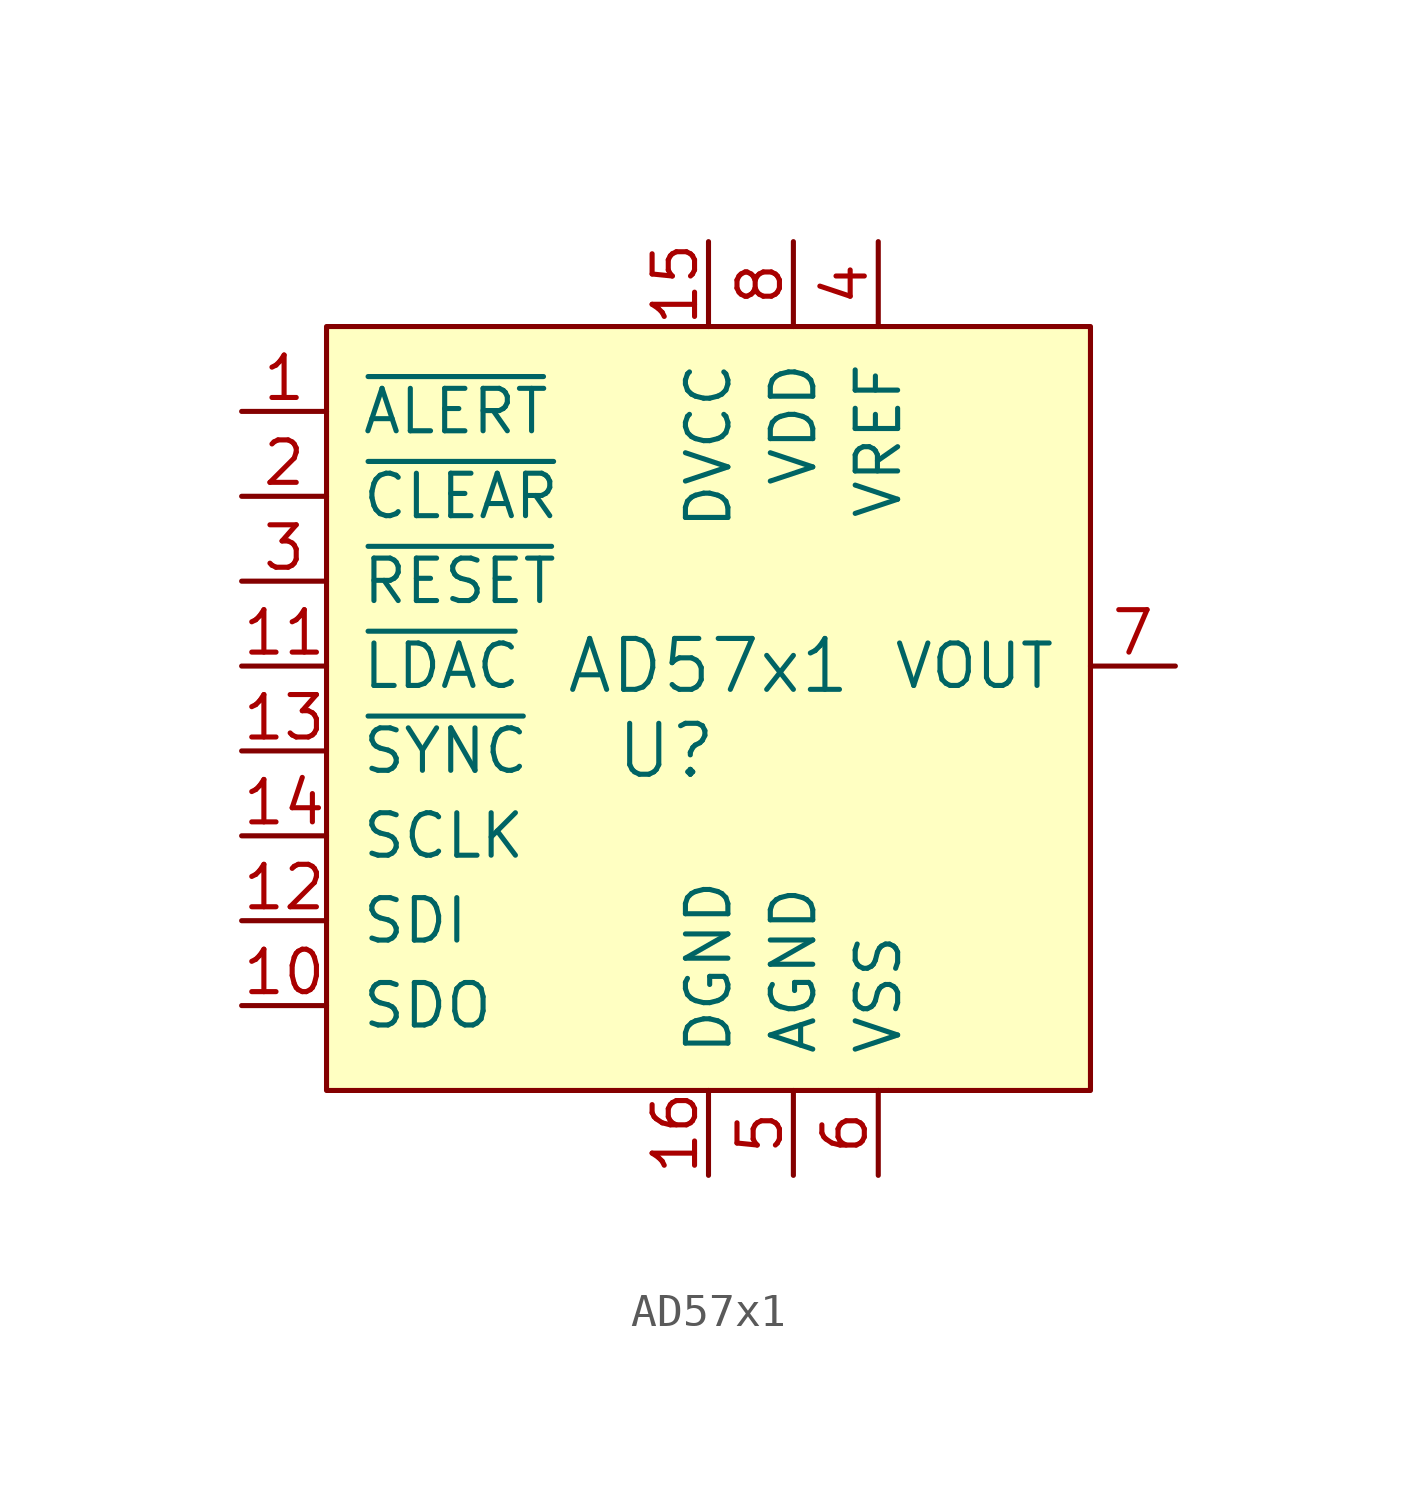
<source format=kicad_sym>
(kicad_symbol_lib
  (version 20241209)
  (generator "kicad_symbol_editor")
  (generator_version "9.0")
  (symbol "AD57x1"
    (pin_names
      (offset 1.016))
    (property "Reference" "U"
      (at -1.27 -1.27 0)
      (effects (font (size 1.524 1.524))))
    (property "Value" "AD57x1"
      (at 0 1.27 0)
      (effects (font (size 1.524 1.524))))
    (property "Datasheet" ""
      (at 0 -8.89 0)
      (effects (font (size 1.524 1.524))))
    (symbol "AD57x1_0_1"
      (rectangle (start -11.43 11.43) (end 11.43 -11.43) (stroke (width 0) (type solid)) (fill (type background))))
    (symbol "AD57x1_1_1"
      (pin output line (at -13.97 8.89 0) (length 2.54) (name "~{ALERT}" (effects (font (size 1.27 1.27)))) (number "1" (effects (font (size 1.27 1.27)))))
      (pin input line (at -13.97 6.35 0) (length 2.54) (name "~{CLEAR}" (effects (font (size 1.27 1.27)))) (number "2" (effects (font (size 1.27 1.27)))))
      (pin input line (at -13.97 3.81 0) (length 2.54) (name "~{RESET}" (effects (font (size 1.27 1.27)))) (number "3" (effects (font (size 1.27 1.27)))))
      (pin input line (at -13.97 1.27 0) (length 2.54) (name "~{LDAC}" (effects (font (size 1.27 1.27)))) (number "11" (effects (font (size 1.27 1.27)))))
      (pin input line (at -13.97 -1.27 0) (length 2.54) (name "~{SYNC}" (effects (font (size 1.27 1.27)))) (number "13" (effects (font (size 1.27 1.27)))))
      (pin input line (at -13.97 -3.81 0) (length 2.54) (name "SCLK" (effects (font (size 1.27 1.27)))) (number "14" (effects (font (size 1.27 1.27)))))
      (pin input line (at -13.97 -6.35 0) (length 2.54) (name "SDI" (effects (font (size 1.27 1.27)))) (number "12" (effects (font (size 1.27 1.27)))))
      (pin output line (at -13.97 -8.89 0) (length 2.54) (name "SDO" (effects (font (size 1.27 1.27)))) (number "10" (effects (font (size 1.27 1.27)))))
      (pin power_in line (at 0 13.97 270) (length 2.54) (name "DVCC" (effects (font (size 1.27 1.27)))) (number "15" (effects (font (size 1.27 1.27)))))
      (pin power_in line (at 0 -13.97 90) (length 2.54) (name "DGND" (effects (font (size 1.27 1.27)))) (number "16" (effects (font (size 1.27 1.27)))))
      (pin power_in line (at 2.54 13.97 270) (length 2.54) (name "VDD" (effects (font (size 1.27 1.27)))) (number "8" (effects (font (size 1.27 1.27)))))
      (pin power_in line (at 2.54 -13.97 90) (length 2.54) (name "AGND" (effects (font (size 1.27 1.27)))) (number "5" (effects (font (size 1.27 1.27)))))
      (pin bidirectional line (at 5.08 13.97 270) (length 2.54) (name "VREF" (effects (font (size 1.27 1.27)))) (number "4" (effects (font (size 1.27 1.27)))))
      (pin power_in line (at 5.08 -13.97 90) (length 2.54) (name "VSS" (effects (font (size 1.27 1.27)))) (number "6" (effects (font (size 1.27 1.27)))))
      (pin output line (at 13.97 1.27 180) (length 2.54) (name "VOUT" (effects (font (size 1.27 1.27)))) (number "7" (effects (font (size 1.27 1.27)))))
      (pin no_connect line (at 13.97 -1.27 180) (length 2.54) (hide yes) (name "DNC" (effects (font (size 1.27 1.27)))) (number "9" (effects (font (size 1.27 1.27))))))))
</source>
